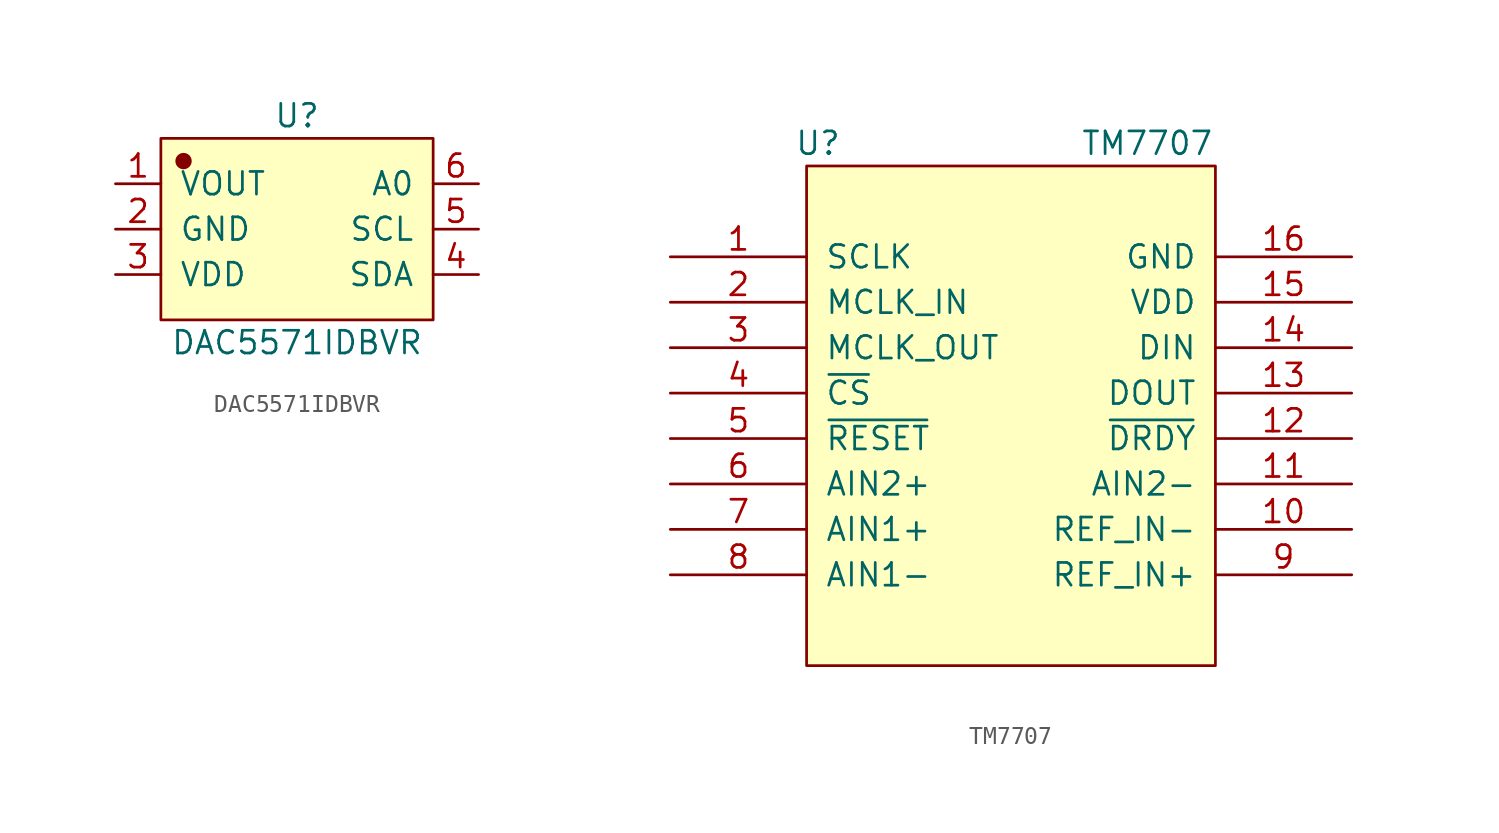
<source format=kicad_sym>
(kicad_symbol_lib
  (version 20220914)
  (generator kicad_symbol_editor)
  (symbol "DAC5571IDBVR"
    (pin_names
      (offset 1.016))
    (property "Reference" "U"
      (at 0 6.35 0)
      (effects (font (size 1.27 1.27))))
    (property "Value" "DAC5571IDBVR"
      (at 0 -6.35 0)
      (effects (font (size 1.27 1.27))))
    (symbol "DAC5571IDBVR_1_1"
      (rectangle (start -7.62 5.08) (end 7.62 -5.08) (stroke (width 0.152) (type solid)) (fill (type background)))
      (circle (center -6.35 3.81) (radius 0.381) (stroke (width 0.152) (type solid)) (fill (type outline)))
      (pin power_out line (at -10.16 2.54 0) (length 2.54) (name "VOUT" (effects (font (size 1.27 1.27)))) (number "1" (effects (font (size 1.27 1.27)))))
      (pin power_in line (at -10.16 0 0) (length 2.54) (name "GND" (effects (font (size 1.27 1.27)))) (number "2" (effects (font (size 1.27 1.27)))))
      (pin power_in line (at -10.16 -2.54 0) (length 2.54) (name "VDD" (effects (font (size 1.27 1.27)))) (number "3" (effects (font (size 1.27 1.27)))))
      (pin input line (at 10.16 -2.54 180) (length 2.54) (name "SDA" (effects (font (size 1.27 1.27)))) (number "4" (effects (font (size 1.27 1.27)))))
      (pin input line (at 10.16 0 180) (length 2.54) (name "SCL" (effects (font (size 1.27 1.27)))) (number "5" (effects (font (size 1.27 1.27)))))
      (pin input line (at 10.16 2.54 180) (length 2.54) (name "A0" (effects (font (size 1.27 1.27)))) (number "6" (effects (font (size 1.27 1.27)))))))
  (symbol "TM7707"
    (pin_names
      (offset 1.016))
    (property "Reference" "U"
      (at -10.795 15.24 0)
      (effects (font (size 1.27 1.27))))
    (property "Value" "TM7707"
      (at 7.62 15.24 0)
      (effects (font (size 1.27 1.27))))
    (symbol "TM7707_1_0"
      (rectangle (start -11.43 13.97) (end 11.43 -13.97) (stroke (width 0) (type solid)) (fill (type background))))
    (symbol "TM7707_1_1"
      (pin input line (at -19.05 8.89 0) (length 7.62) (name "SCLK" (effects (font (size 1.27 1.27)))) (number "1" (effects (font (size 1.27 1.27)))))
      (pin input line (at 19.05 -6.35 180) (length 7.62) (name "REF_IN-" (effects (font (size 1.27 1.27)))) (number "10" (effects (font (size 1.27 1.27)))))
      (pin input line (at 19.05 -3.81 180) (length 7.62) (name "AIN2-" (effects (font (size 1.27 1.27)))) (number "11" (effects (font (size 1.27 1.27)))))
      (pin output line (at 19.05 -1.27 180) (length 7.62) (name "~{DRDY}" (effects (font (size 1.27 1.27)))) (number "12" (effects (font (size 1.27 1.27)))))
      (pin output line (at 19.05 1.27 180) (length 7.62) (name "DOUT" (effects (font (size 1.27 1.27)))) (number "13" (effects (font (size 1.27 1.27)))))
      (pin input line (at 19.05 3.81 180) (length 7.62) (name "DIN" (effects (font (size 1.27 1.27)))) (number "14" (effects (font (size 1.27 1.27)))))
      (pin power_in line (at 19.05 6.35 180) (length 7.62) (name "VDD" (effects (font (size 1.27 1.27)))) (number "15" (effects (font (size 1.27 1.27)))))
      (pin power_in line (at 19.05 8.89 180) (length 7.62) (name "GND" (effects (font (size 1.27 1.27)))) (number "16" (effects (font (size 1.27 1.27)))))
      (pin bidirectional line (at -19.05 6.35 0) (length 7.62) (name "MCLK_IN" (effects (font (size 1.27 1.27)))) (number "2" (effects (font (size 1.27 1.27)))))
      (pin bidirectional line (at -19.05 3.81 0) (length 7.62) (name "MCLK_OUT" (effects (font (size 1.27 1.27)))) (number "3" (effects (font (size 1.27 1.27)))))
      (pin input line (at -19.05 1.27 0) (length 7.62) (name "~{CS}" (effects (font (size 1.27 1.27)))) (number "4" (effects (font (size 1.27 1.27)))))
      (pin input line (at -19.05 -1.27 0) (length 7.62) (name "~{RESET}" (effects (font (size 1.27 1.27)))) (number "5" (effects (font (size 1.27 1.27)))))
      (pin input line (at -19.05 -3.81 0) (length 7.62) (name "AIN2+" (effects (font (size 1.27 1.27)))) (number "6" (effects (font (size 1.27 1.27)))))
      (pin input line (at -19.05 -6.35 0) (length 7.62) (name "AIN1+" (effects (font (size 1.27 1.27)))) (number "7" (effects (font (size 1.27 1.27)))))
      (pin input line (at -19.05 -8.89 0) (length 7.62) (name "AIN1-" (effects (font (size 1.27 1.27)))) (number "8" (effects (font (size 1.27 1.27)))))
      (pin input line (at 19.05 -8.89 180) (length 7.62) (name "REF_IN+" (effects (font (size 1.27 1.27)))) (number "9" (effects (font (size 1.27 1.27))))))))
</source>
